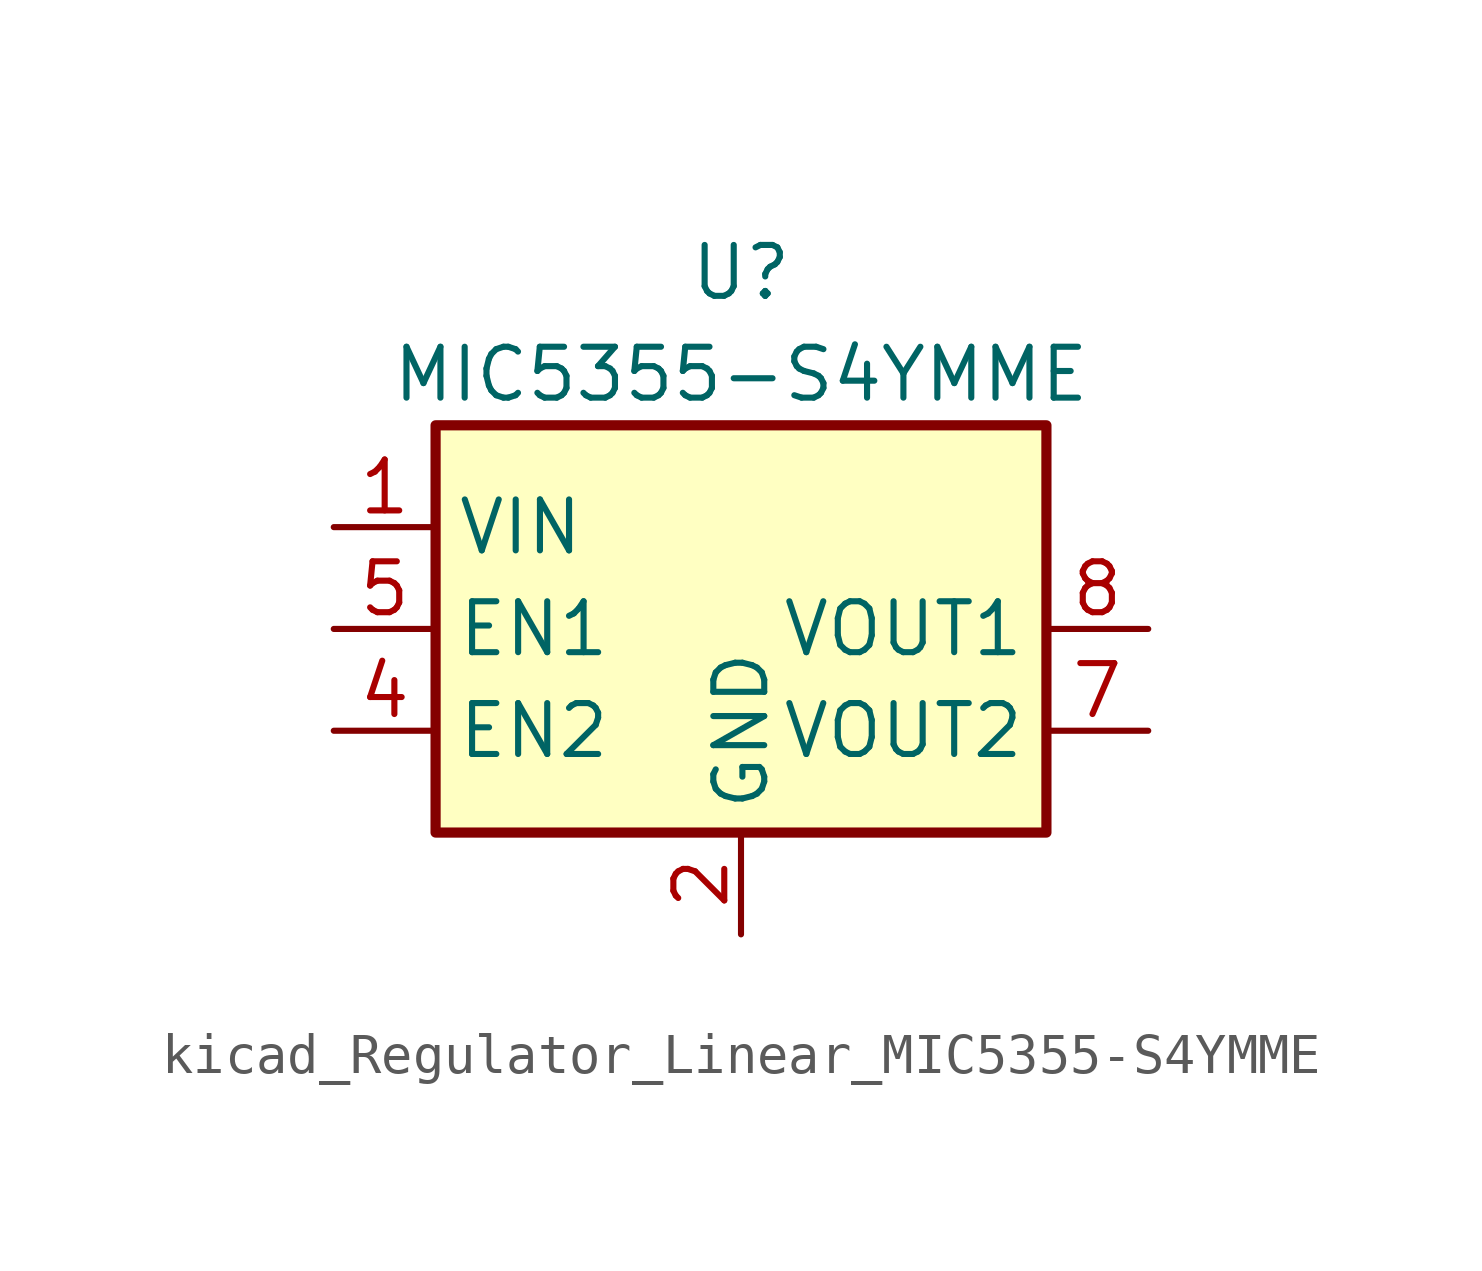
<source format=kicad_sym>
(kicad_symbol_lib
  (version 20220914)
  (generator kicad_symbol_editor)
  (symbol "kicad_Regulator_Linear_MIC5355-S4YMME"
    (property "Reference" "U"
      (at 0 8.89 0)
      (effects (font (size 1.27 1.27))))
    (property "Value" "MIC5355-S4YMME"
      (at 0 6.35 0)
      (effects (font (size 1.27 1.27))))
    (symbol "kicad_Regulator_Linear_MIC5355-S4YMME_0_1"
      (rectangle (start -7.62 5.08) (end 7.62 -5.08) (stroke (width 0.254) (type default)) (fill (type background))))
    (symbol "kicad_Regulator_Linear_MIC5355-S4YMME_1_1"
      (pin power_in line (at -10.16 2.54 0) (length 2.54) (name "VIN" (effects (font (size 1.27 1.27)))) (number "1" (effects (font (size 1.27 1.27)))))
      (pin power_in line (at 0 -7.62 90) (length 2.54) (name "GND" (effects (font (size 1.27 1.27)))) (number "2" (effects (font (size 1.27 1.27)))))
      (pin no_connect line (at 0 5.08 270) (length 2.54) hide (name "NC" (effects (font (size 1.27 1.27)))) (number "3" (effects (font (size 1.27 1.27)))))
      (pin input line (at -10.16 -2.54 0) (length 2.54) (name "EN2" (effects (font (size 1.27 1.27)))) (number "4" (effects (font (size 1.27 1.27)))))
      (pin input line (at -10.16 0 0) (length 2.54) (name "EN1" (effects (font (size 1.27 1.27)))) (number "5" (effects (font (size 1.27 1.27)))))
      (pin no_connect line (at 7.62 2.54 180) (length 2.54) hide (name "NC" (effects (font (size 1.27 1.27)))) (number "6" (effects (font (size 1.27 1.27)))))
      (pin power_out line (at 10.16 -2.54 180) (length 2.54) (name "VOUT2" (effects (font (size 1.27 1.27)))) (number "7" (effects (font (size 1.27 1.27)))))
      (pin power_out line (at 10.16 0 180) (length 2.54) (name "VOUT1" (effects (font (size 1.27 1.27)))) (number "8" (effects (font (size 1.27 1.27)))))
      (pin passive line (at 0 -7.62 90) (length 2.54) hide (name "GND" (effects (font (size 1.27 1.27)))) (number "9" (effects (font (size 1.27 1.27))))))))
</source>
